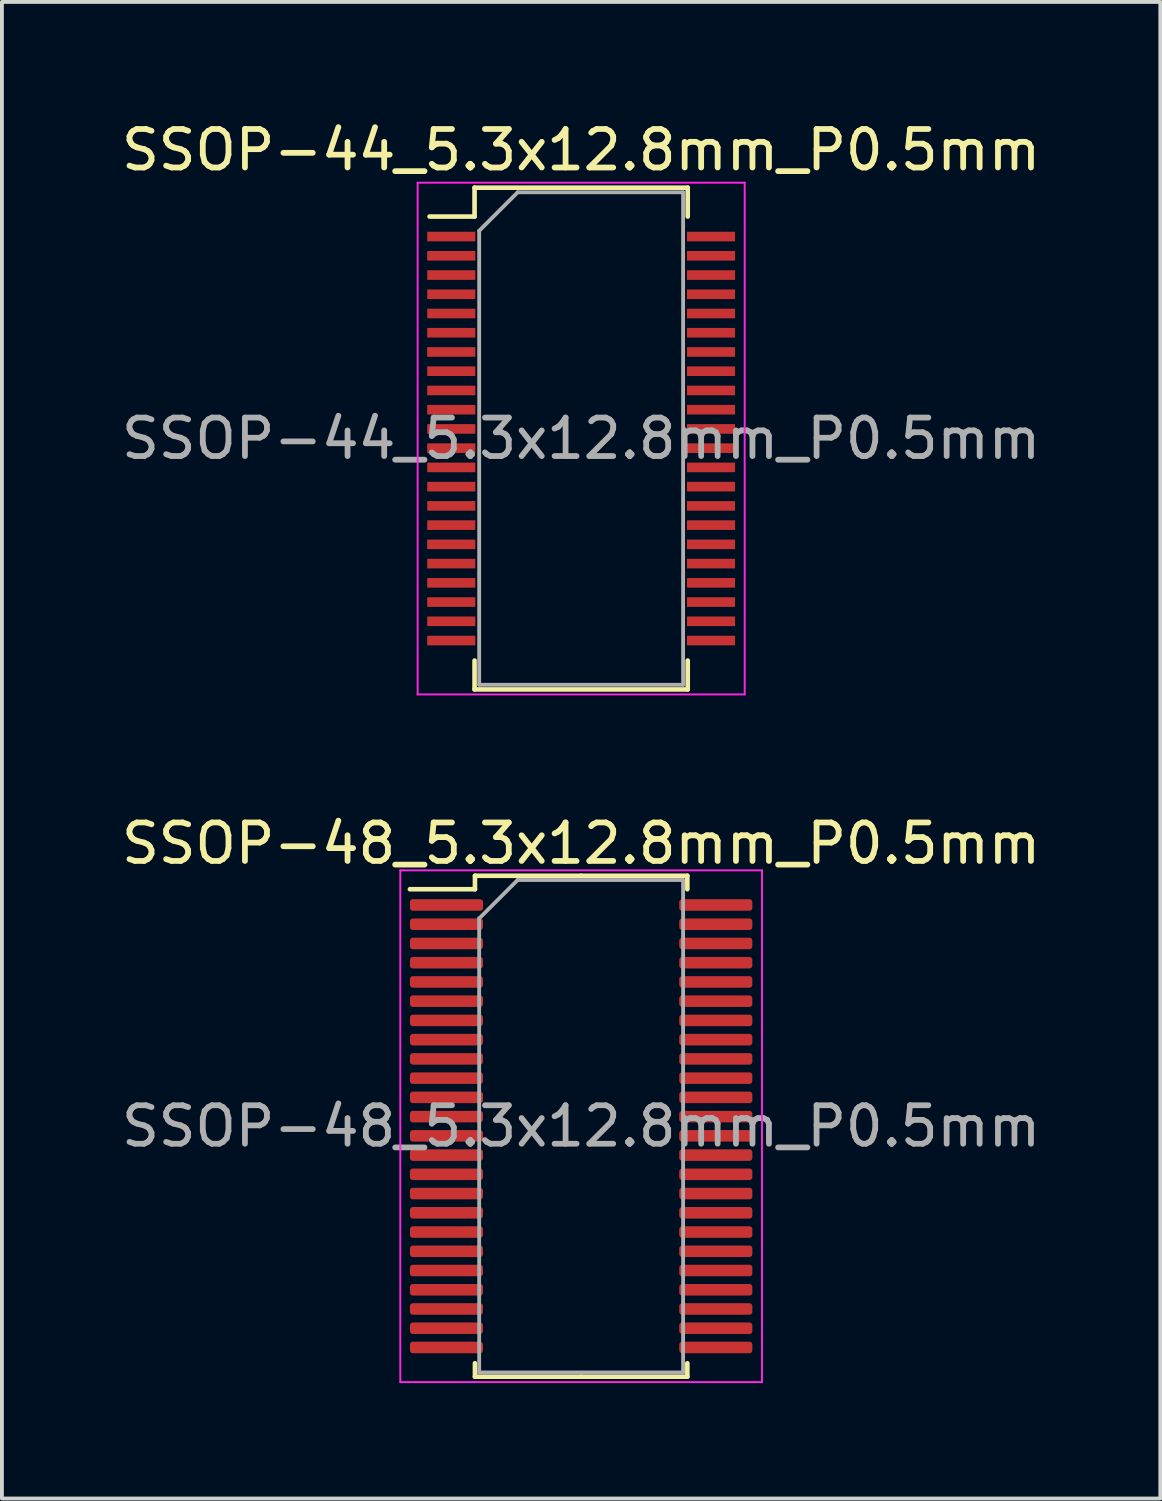
<source format=kicad_pcb>
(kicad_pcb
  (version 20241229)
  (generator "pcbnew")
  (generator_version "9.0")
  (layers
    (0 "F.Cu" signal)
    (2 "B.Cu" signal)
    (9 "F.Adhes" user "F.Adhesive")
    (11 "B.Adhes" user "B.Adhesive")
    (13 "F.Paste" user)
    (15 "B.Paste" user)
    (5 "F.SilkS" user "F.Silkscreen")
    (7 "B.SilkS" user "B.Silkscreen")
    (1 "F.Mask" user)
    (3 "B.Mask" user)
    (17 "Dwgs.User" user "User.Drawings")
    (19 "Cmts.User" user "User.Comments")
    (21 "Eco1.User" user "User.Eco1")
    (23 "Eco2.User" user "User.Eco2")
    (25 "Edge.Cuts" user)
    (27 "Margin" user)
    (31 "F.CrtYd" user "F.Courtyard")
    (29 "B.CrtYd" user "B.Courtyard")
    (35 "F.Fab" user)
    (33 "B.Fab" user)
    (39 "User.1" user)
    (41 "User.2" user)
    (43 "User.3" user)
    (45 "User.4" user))
  (footprint "SSOP-48_5.3x12.8mm_P0.5mm"
    (layer "F.Cu")
    (at 12.054 26.221)
    (property "Reference" "SSOP-48_5.3x12.8mm_P0.5mm" (at 0 -7.35 0) (layer "F.SilkS") (effects (font (size 1 1) (thickness 0.15))))
    (attr smd)
    (fp_line (start -2.76 -6.51) (end -2.76 -6.16) (stroke (width 0.12) (type solid)) (layer "F.SilkS"))
    (fp_line (start -2.76 -6.16) (end -4.45 -6.16) (stroke (width 0.12) (type solid)) (layer "F.SilkS"))
    (fp_line (start -2.76 6.51) (end -2.76 6.16) (stroke (width 0.12) (type solid)) (layer "F.SilkS"))
    (fp_line (start 0 -6.51) (end -2.76 -6.51) (stroke (width 0.12) (type solid)) (layer "F.SilkS"))
    (fp_line (start 0 -6.51) (end 2.76 -6.51) (stroke (width 0.12) (type solid)) (layer "F.SilkS"))
    (fp_line (start 0 6.51) (end -2.76 6.51) (stroke (width 0.12) (type solid)) (layer "F.SilkS"))
    (fp_line (start 0 6.51) (end 2.76 6.51) (stroke (width 0.12) (type solid)) (layer "F.SilkS"))
    (fp_line (start 2.76 -6.51) (end 2.76 -6.16) (stroke (width 0.12) (type solid)) (layer "F.SilkS"))
    (fp_line (start 2.76 6.51) (end 2.76 6.16) (stroke (width 0.12) (type solid)) (layer "F.SilkS"))
    (fp_line (start -4.7 -6.65) (end -4.7 6.65) (stroke (width 0.05) (type solid)) (layer "F.CrtYd"))
    (fp_line (start -4.7 6.65) (end 4.7 6.65) (stroke (width 0.05) (type solid)) (layer "F.CrtYd"))
    (fp_line (start 4.7 -6.65) (end -4.7 -6.65) (stroke (width 0.05) (type solid)) (layer "F.CrtYd"))
    (fp_line (start 4.7 6.65) (end 4.7 -6.65) (stroke (width 0.05) (type solid)) (layer "F.CrtYd"))
    (fp_line (start -2.65 -5.4) (end -1.65 -6.4) (stroke (width 0.1) (type solid)) (layer "F.Fab"))
    (fp_line (start -2.65 6.4) (end -2.65 -5.4) (stroke (width 0.1) (type solid)) (layer "F.Fab"))
    (fp_line (start -1.65 -6.4) (end 2.65 -6.4) (stroke (width 0.1) (type solid)) (layer "F.Fab"))
    (fp_line (start 2.65 -6.4) (end 2.65 6.4) (stroke (width 0.1) (type solid)) (layer "F.Fab"))
    (fp_line (start 2.65 6.4) (end -2.65 6.4) (stroke (width 0.1) (type solid)) (layer "F.Fab"))
    (fp_text user "${REFERENCE}" (at 0 0 0) (layer "F.Fab") (effects (font (size 1 1) (thickness 0.15))))
    (pad "1" smd roundrect (at -3.5 -5.75) (size 1.9 0.3) (layers "F.Cu" "F.Mask" "F.Paste") (roundrect_rratio 0.25))
    (pad "2" smd roundrect (at -3.5 -5.25) (size 1.9 0.3) (layers "F.Cu" "F.Mask" "F.Paste") (roundrect_rratio 0.25))
    (pad "3" smd roundrect (at -3.5 -4.75) (size 1.9 0.3) (layers "F.Cu" "F.Mask" "F.Paste") (roundrect_rratio 0.25))
    (pad "4" smd roundrect (at -3.5 -4.25) (size 1.9 0.3) (layers "F.Cu" "F.Mask" "F.Paste") (roundrect_rratio 0.25))
    (pad "5" smd roundrect (at -3.5 -3.75) (size 1.9 0.3) (layers "F.Cu" "F.Mask" "F.Paste") (roundrect_rratio 0.25))
    (pad "6" smd roundrect (at -3.5 -3.25) (size 1.9 0.3) (layers "F.Cu" "F.Mask" "F.Paste") (roundrect_rratio 0.25))
    (pad "7" smd roundrect (at -3.5 -2.75) (size 1.9 0.3) (layers "F.Cu" "F.Mask" "F.Paste") (roundrect_rratio 0.25))
    (pad "8" smd roundrect (at -3.5 -2.25) (size 1.9 0.3) (layers "F.Cu" "F.Mask" "F.Paste") (roundrect_rratio 0.25))
    (pad "9" smd roundrect (at -3.5 -1.75) (size 1.9 0.3) (layers "F.Cu" "F.Mask" "F.Paste") (roundrect_rratio 0.25))
    (pad "10" smd roundrect (at -3.5 -1.25) (size 1.9 0.3) (layers "F.Cu" "F.Mask" "F.Paste") (roundrect_rratio 0.25))
    (pad "11" smd roundrect (at -3.5 -0.75) (size 1.9 0.3) (layers "F.Cu" "F.Mask" "F.Paste") (roundrect_rratio 0.25))
    (pad "12" smd roundrect (at -3.5 -0.25) (size 1.9 0.3) (layers "F.Cu" "F.Mask" "F.Paste") (roundrect_rratio 0.25))
    (pad "13" smd roundrect (at -3.5 0.25) (size 1.9 0.3) (layers "F.Cu" "F.Mask" "F.Paste") (roundrect_rratio 0.25))
    (pad "14" smd roundrect (at -3.5 0.75) (size 1.9 0.3) (layers "F.Cu" "F.Mask" "F.Paste") (roundrect_rratio 0.25))
    (pad "15" smd roundrect (at -3.5 1.25) (size 1.9 0.3) (layers "F.Cu" "F.Mask" "F.Paste") (roundrect_rratio 0.25))
    (pad "16" smd roundrect (at -3.5 1.75) (size 1.9 0.3) (layers "F.Cu" "F.Mask" "F.Paste") (roundrect_rratio 0.25))
    (pad "17" smd roundrect (at -3.5 2.25) (size 1.9 0.3) (layers "F.Cu" "F.Mask" "F.Paste") (roundrect_rratio 0.25))
    (pad "18" smd roundrect (at -3.5 2.75) (size 1.9 0.3) (layers "F.Cu" "F.Mask" "F.Paste") (roundrect_rratio 0.25))
    (pad "19" smd roundrect (at -3.5 3.25) (size 1.9 0.3) (layers "F.Cu" "F.Mask" "F.Paste") (roundrect_rratio 0.25))
    (pad "20" smd roundrect (at -3.5 3.75) (size 1.9 0.3) (layers "F.Cu" "F.Mask" "F.Paste") (roundrect_rratio 0.25))
    (pad "21" smd roundrect (at -3.5 4.25) (size 1.9 0.3) (layers "F.Cu" "F.Mask" "F.Paste") (roundrect_rratio 0.25))
    (pad "22" smd roundrect (at -3.5 4.75) (size 1.9 0.3) (layers "F.Cu" "F.Mask" "F.Paste") (roundrect_rratio 0.25))
    (pad "23" smd roundrect (at -3.5 5.25) (size 1.9 0.3) (layers "F.Cu" "F.Mask" "F.Paste") (roundrect_rratio 0.25))
    (pad "24" smd roundrect (at -3.5 5.75) (size 1.9 0.3) (layers "F.Cu" "F.Mask" "F.Paste") (roundrect_rratio 0.25))
    (pad "25" smd roundrect (at 3.5 5.75) (size 1.9 0.3) (layers "F.Cu" "F.Mask" "F.Paste") (roundrect_rratio 0.25))
    (pad "26" smd roundrect (at 3.5 5.25) (size 1.9 0.3) (layers "F.Cu" "F.Mask" "F.Paste") (roundrect_rratio 0.25))
    (pad "27" smd roundrect (at 3.5 4.75) (size 1.9 0.3) (layers "F.Cu" "F.Mask" "F.Paste") (roundrect_rratio 0.25))
    (pad "28" smd roundrect (at 3.5 4.25) (size 1.9 0.3) (layers "F.Cu" "F.Mask" "F.Paste") (roundrect_rratio 0.25))
    (pad "29" smd roundrect (at 3.5 3.75) (size 1.9 0.3) (layers "F.Cu" "F.Mask" "F.Paste") (roundrect_rratio 0.25))
    (pad "30" smd roundrect (at 3.5 3.25) (size 1.9 0.3) (layers "F.Cu" "F.Mask" "F.Paste") (roundrect_rratio 0.25))
    (pad "31" smd roundrect (at 3.5 2.75) (size 1.9 0.3) (layers "F.Cu" "F.Mask" "F.Paste") (roundrect_rratio 0.25))
    (pad "32" smd roundrect (at 3.5 2.25) (size 1.9 0.3) (layers "F.Cu" "F.Mask" "F.Paste") (roundrect_rratio 0.25))
    (pad "33" smd roundrect (at 3.5 1.75) (size 1.9 0.3) (layers "F.Cu" "F.Mask" "F.Paste") (roundrect_rratio 0.25))
    (pad "34" smd roundrect (at 3.5 1.25) (size 1.9 0.3) (layers "F.Cu" "F.Mask" "F.Paste") (roundrect_rratio 0.25))
    (pad "35" smd roundrect (at 3.5 0.75) (size 1.9 0.3) (layers "F.Cu" "F.Mask" "F.Paste") (roundrect_rratio 0.25))
    (pad "36" smd roundrect (at 3.5 0.25) (size 1.9 0.3) (layers "F.Cu" "F.Mask" "F.Paste") (roundrect_rratio 0.25))
    (pad "37" smd roundrect (at 3.5 -0.25) (size 1.9 0.3) (layers "F.Cu" "F.Mask" "F.Paste") (roundrect_rratio 0.25))
    (pad "38" smd roundrect (at 3.5 -0.75) (size 1.9 0.3) (layers "F.Cu" "F.Mask" "F.Paste") (roundrect_rratio 0.25))
    (pad "39" smd roundrect (at 3.5 -1.25) (size 1.9 0.3) (layers "F.Cu" "F.Mask" "F.Paste") (roundrect_rratio 0.25))
    (pad "40" smd roundrect (at 3.5 -1.75) (size 1.9 0.3) (layers "F.Cu" "F.Mask" "F.Paste") (roundrect_rratio 0.25))
    (pad "41" smd roundrect (at 3.5 -2.25) (size 1.9 0.3) (layers "F.Cu" "F.Mask" "F.Paste") (roundrect_rratio 0.25))
    (pad "42" smd roundrect (at 3.5 -2.75) (size 1.9 0.3) (layers "F.Cu" "F.Mask" "F.Paste") (roundrect_rratio 0.25))
    (pad "43" smd roundrect (at 3.5 -3.25) (size 1.9 0.3) (layers "F.Cu" "F.Mask" "F.Paste") (roundrect_rratio 0.25))
    (pad "44" smd roundrect (at 3.5 -3.75) (size 1.9 0.3) (layers "F.Cu" "F.Mask" "F.Paste") (roundrect_rratio 0.25))
    (pad "45" smd roundrect (at 3.5 -4.25) (size 1.9 0.3) (layers "F.Cu" "F.Mask" "F.Paste") (roundrect_rratio 0.25))
    (pad "46" smd roundrect (at 3.5 -4.75) (size 1.9 0.3) (layers "F.Cu" "F.Mask" "F.Paste") (roundrect_rratio 0.25))
    (pad "47" smd roundrect (at 3.5 -5.25) (size 1.9 0.3) (layers "F.Cu" "F.Mask" "F.Paste") (roundrect_rratio 0.25))
    (pad "48" smd roundrect (at 3.5 -5.75) (size 1.9 0.3) (layers "F.Cu" "F.Mask" "F.Paste") (roundrect_rratio 0.25)))
  (footprint "SSOP-44_5.3x12.8mm_P0.5mm"
    (layer "F.Cu")
    (at 12.054 8.348)
    (property "Reference" "SSOP-44_5.3x12.8mm_P0.5mm" (at 0 -7.5 0) (layer "F.SilkS") (effects (font (size 1 1) (thickness 0.15))))
    (attr smd)
    (fp_line (start -2.77 -6.52) (end -2.77 -5.77) (stroke (width 0.12) (type solid)) (layer "F.SilkS"))
    (fp_line (start -2.77 -6.52) (end 2.77 -6.52) (stroke (width 0.12) (type solid)) (layer "F.SilkS"))
    (fp_line (start -2.77 -5.77) (end -3.94 -5.77) (stroke (width 0.12) (type solid)) (layer "F.SilkS"))
    (fp_line (start -2.77 6.52) (end -2.77 5.77) (stroke (width 0.12) (type solid)) (layer "F.SilkS"))
    (fp_line (start -2.77 6.52) (end 2.77 6.52) (stroke (width 0.12) (type solid)) (layer "F.SilkS"))
    (fp_line (start 2.77 -6.52) (end 2.77 -5.77) (stroke (width 0.12) (type solid)) (layer "F.SilkS"))
    (fp_line (start 2.77 6.52) (end 2.77 5.77) (stroke (width 0.12) (type solid)) (layer "F.SilkS"))
    (fp_line (start -4.25 -6.65) (end -4.25 6.65) (stroke (width 0.05) (type solid)) (layer "F.CrtYd"))
    (fp_line (start -4.25 -6.65) (end 4.25 -6.65) (stroke (width 0.05) (type solid)) (layer "F.CrtYd"))
    (fp_line (start -4.25 6.65) (end 4.25 6.65) (stroke (width 0.05) (type solid)) (layer "F.CrtYd"))
    (fp_line (start 4.25 -6.65) (end 4.25 6.65) (stroke (width 0.05) (type solid)) (layer "F.CrtYd"))
    (fp_line (start -2.65 -5.4) (end -1.65 -6.4) (stroke (width 0.1) (type solid)) (layer "F.Fab"))
    (fp_line (start -2.65 6.4) (end -2.65 -5.4) (stroke (width 0.1) (type solid)) (layer "F.Fab"))
    (fp_line (start -1.65 -6.4) (end 2.65 -6.4) (stroke (width 0.1) (type solid)) (layer "F.Fab"))
    (fp_line (start 2.65 -6.4) (end 2.65 6.4) (stroke (width 0.1) (type solid)) (layer "F.Fab"))
    (fp_line (start 2.65 6.4) (end -2.65 6.4) (stroke (width 0.1) (type solid)) (layer "F.Fab"))
    (fp_text user "${REFERENCE}" (at 0 0 0) (layer "F.Fab") (effects (font (size 1 1) (thickness 0.15))))
    (pad "1" smd rect (at -3.375 -5.25) (size 1.25 0.25) (layers "F.Cu" "F.Mask" "F.Paste"))
    (pad "2" smd rect (at -3.375 -4.75) (size 1.25 0.25) (layers "F.Cu" "F.Mask" "F.Paste"))
    (pad "3" smd rect (at -3.375 -4.25) (size 1.25 0.25) (layers "F.Cu" "F.Mask" "F.Paste"))
    (pad "4" smd rect (at -3.375 -3.75) (size 1.25 0.25) (layers "F.Cu" "F.Mask" "F.Paste"))
    (pad "5" smd rect (at -3.375 -3.25) (size 1.25 0.25) (layers "F.Cu" "F.Mask" "F.Paste"))
    (pad "6" smd rect (at -3.375 -2.75) (size 1.25 0.25) (layers "F.Cu" "F.Mask" "F.Paste"))
    (pad "7" smd rect (at -3.375 -2.25) (size 1.25 0.25) (layers "F.Cu" "F.Mask" "F.Paste"))
    (pad "8" smd rect (at -3.375 -1.75) (size 1.25 0.25) (layers "F.Cu" "F.Mask" "F.Paste"))
    (pad "9" smd rect (at -3.375 -1.25) (size 1.25 0.25) (layers "F.Cu" "F.Mask" "F.Paste"))
    (pad "10" smd rect (at -3.375 -0.75) (size 1.25 0.25) (layers "F.Cu" "F.Mask" "F.Paste"))
    (pad "11" smd rect (at -3.375 -0.25) (size 1.25 0.25) (layers "F.Cu" "F.Mask" "F.Paste"))
    (pad "12" smd rect (at -3.375 0.25) (size 1.25 0.25) (layers "F.Cu" "F.Mask" "F.Paste"))
    (pad "13" smd rect (at -3.375 0.75) (size 1.25 0.25) (layers "F.Cu" "F.Mask" "F.Paste"))
    (pad "14" smd rect (at -3.375 1.25) (size 1.25 0.25) (layers "F.Cu" "F.Mask" "F.Paste"))
    (pad "15" smd rect (at -3.375 1.75) (size 1.25 0.25) (layers "F.Cu" "F.Mask" "F.Paste"))
    (pad "16" smd rect (at -3.375 2.25) (size 1.25 0.25) (layers "F.Cu" "F.Mask" "F.Paste"))
    (pad "17" smd rect (at -3.375 2.75) (size 1.25 0.25) (layers "F.Cu" "F.Mask" "F.Paste"))
    (pad "18" smd rect (at -3.375 3.25) (size 1.25 0.25) (layers "F.Cu" "F.Mask" "F.Paste"))
    (pad "19" smd rect (at -3.375 3.75) (size 1.25 0.25) (layers "F.Cu" "F.Mask" "F.Paste"))
    (pad "20" smd rect (at -3.375 4.25) (size 1.25 0.25) (layers "F.Cu" "F.Mask" "F.Paste"))
    (pad "21" smd rect (at -3.375 4.75) (size 1.25 0.25) (layers "F.Cu" "F.Mask" "F.Paste"))
    (pad "22" smd rect (at -3.375 5.25) (size 1.25 0.25) (layers "F.Cu" "F.Mask" "F.Paste"))
    (pad "23" smd rect (at 3.375 5.25) (size 1.25 0.25) (layers "F.Cu" "F.Mask" "F.Paste"))
    (pad "24" smd rect (at 3.375 4.75) (size 1.25 0.25) (layers "F.Cu" "F.Mask" "F.Paste"))
    (pad "25" smd rect (at 3.375 4.25) (size 1.25 0.25) (layers "F.Cu" "F.Mask" "F.Paste"))
    (pad "26" smd rect (at 3.375 3.75) (size 1.25 0.25) (layers "F.Cu" "F.Mask" "F.Paste"))
    (pad "27" smd rect (at 3.375 3.25) (size 1.25 0.25) (layers "F.Cu" "F.Mask" "F.Paste"))
    (pad "28" smd rect (at 3.375 2.75) (size 1.25 0.25) (layers "F.Cu" "F.Mask" "F.Paste"))
    (pad "29" smd rect (at 3.375 2.25) (size 1.25 0.25) (layers "F.Cu" "F.Mask" "F.Paste"))
    (pad "30" smd rect (at 3.375 1.75) (size 1.25 0.25) (layers "F.Cu" "F.Mask" "F.Paste"))
    (pad "31" smd rect (at 3.375 1.25) (size 1.25 0.25) (layers "F.Cu" "F.Mask" "F.Paste"))
    (pad "32" smd rect (at 3.375 0.75) (size 1.25 0.25) (layers "F.Cu" "F.Mask" "F.Paste"))
    (pad "33" smd rect (at 3.375 0.25) (size 1.25 0.25) (layers "F.Cu" "F.Mask" "F.Paste"))
    (pad "34" smd rect (at 3.375 -0.25) (size 1.25 0.25) (layers "F.Cu" "F.Mask" "F.Paste"))
    (pad "35" smd rect (at 3.375 -0.75) (size 1.25 0.25) (layers "F.Cu" "F.Mask" "F.Paste"))
    (pad "36" smd rect (at 3.375 -1.25) (size 1.25 0.25) (layers "F.Cu" "F.Mask" "F.Paste"))
    (pad "37" smd rect (at 3.375 -1.75) (size 1.25 0.25) (layers "F.Cu" "F.Mask" "F.Paste"))
    (pad "38" smd rect (at 3.375 -2.25) (size 1.25 0.25) (layers "F.Cu" "F.Mask" "F.Paste"))
    (pad "39" smd rect (at 3.375 -2.75) (size 1.25 0.25) (layers "F.Cu" "F.Mask" "F.Paste"))
    (pad "40" smd rect (at 3.375 -3.25) (size 1.25 0.25) (layers "F.Cu" "F.Mask" "F.Paste"))
    (pad "41" smd rect (at 3.375 -3.75) (size 1.25 0.25) (layers "F.Cu" "F.Mask" "F.Paste"))
    (pad "42" smd rect (at 3.375 -4.25) (size 1.25 0.25) (layers "F.Cu" "F.Mask" "F.Paste"))
    (pad "43" smd rect (at 3.375 -4.75) (size 1.25 0.25) (layers "F.Cu" "F.Mask" "F.Paste"))
    (pad "44" smd rect (at 3.375 -5.25) (size 1.25 0.25) (layers "F.Cu" "F.Mask" "F.Paste")))
  (gr_rect
    (start -3 -3)
    (end 27.107 35.897)
    (stroke (width 0.1) (type default))
    (fill no)
    (layer "Edge.Cuts")))
</source>
